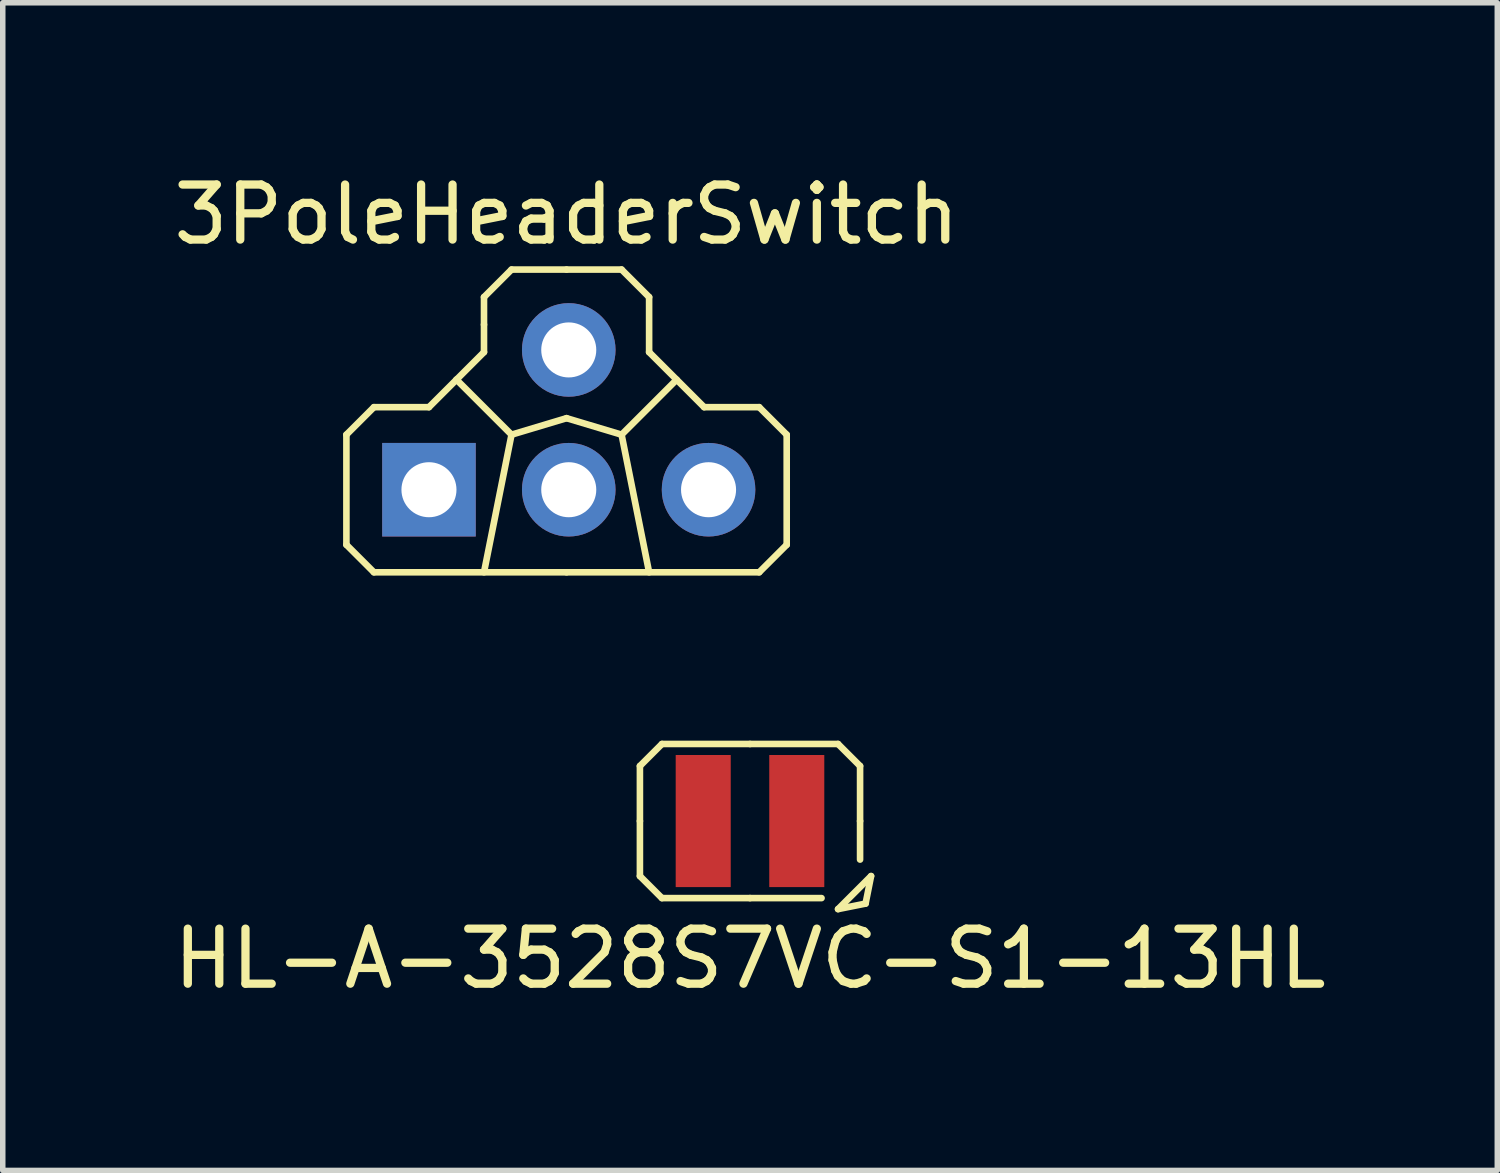
<source format=kicad_pcb>
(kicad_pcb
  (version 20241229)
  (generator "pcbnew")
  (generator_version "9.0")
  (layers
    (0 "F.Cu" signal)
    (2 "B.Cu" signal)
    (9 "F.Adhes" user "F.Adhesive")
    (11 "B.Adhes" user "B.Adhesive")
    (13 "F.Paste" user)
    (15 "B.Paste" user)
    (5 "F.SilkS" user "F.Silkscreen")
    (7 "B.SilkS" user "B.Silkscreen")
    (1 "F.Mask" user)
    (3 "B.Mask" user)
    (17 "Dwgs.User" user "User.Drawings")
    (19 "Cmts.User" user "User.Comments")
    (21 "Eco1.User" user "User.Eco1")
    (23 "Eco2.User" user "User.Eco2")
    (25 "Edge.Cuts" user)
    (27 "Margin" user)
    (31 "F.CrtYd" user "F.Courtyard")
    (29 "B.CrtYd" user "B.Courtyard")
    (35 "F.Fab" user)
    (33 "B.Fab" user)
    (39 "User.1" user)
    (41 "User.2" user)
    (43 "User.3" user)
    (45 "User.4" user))
  (footprint "HL-A-3528S7VC-S1-13HL"
    (layer "F.Cu")
    (at 10.577 11.868)
    (property "Reference" "HL-A-3528S7VC-S1-13HL" (at 0 2.5 0) (layer "F.SilkS") (effects (font (size 1 1) (thickness 0.15))))
    (attr through_hole)
    (fp_line (start -2 -1) (end -2 0) (stroke (width 0.12) (type solid)) (layer "F.SilkS"))
    (fp_line (start -2 1) (end -2 0) (stroke (width 0.12) (type solid)) (layer "F.SilkS"))
    (fp_line (start -1.6 -1.4) (end -2 -1) (stroke (width 0.12) (type solid)) (layer "F.SilkS"))
    (fp_line (start -1.6 1.4) (end -2 1) (stroke (width 0.12) (type solid)) (layer "F.SilkS"))
    (fp_line (start 0 -1.4) (end -1.6 -1.4) (stroke (width 0.12) (type solid)) (layer "F.SilkS"))
    (fp_line (start 0 -1.4) (end 1.6 -1.4) (stroke (width 0.12) (type solid)) (layer "F.SilkS"))
    (fp_line (start 0 1.4) (end -1.6 1.4) (stroke (width 0.12) (type solid)) (layer "F.SilkS"))
    (fp_line (start 0 1.4) (end 1.3 1.4) (stroke (width 0.12) (type solid)) (layer "F.SilkS"))
    (fp_line (start 1.6 -1.4) (end 2 -1) (stroke (width 0.12) (type solid)) (layer "F.SilkS"))
    (fp_line (start 1.6 1.6) (end 2.1 1.5) (stroke (width 0.12) (type solid)) (layer "F.SilkS"))
    (fp_line (start 1.6 1.6) (end 2.2 1) (stroke (width 0.12) (type solid)) (layer "F.SilkS"))
    (fp_line (start 2 -1) (end 2 0) (stroke (width 0.12) (type solid)) (layer "F.SilkS"))
    (fp_line (start 2 0.7) (end 2 0) (stroke (width 0.12) (type solid)) (layer "F.SilkS"))
    (fp_line (start 2.1 1.5) (end 2.2 1) (stroke (width 0.12) (type solid)) (layer "F.SilkS"))
    (pad "1" smd rect (at 0.85 0 180) (size 1 2.4) (layers "F.Cu" "F.Mask" "F.Paste"))
    (pad "2" smd rect (at -0.85 0) (size 1 2.4) (layers "F.Cu" "F.Mask" "F.Paste")))
  (footprint "3PoleHeaderSwitch"
    (layer "F.Cu")
    (at 7.244 5.848)
    (property "Reference" "3PoleHeaderSwitch" (at 0 -5 0) (layer "F.SilkS") (effects (font (size 1 1) (thickness 0.15))))
    (attr through_hole)
    (fp_line (start -4 -1) (end -4 1) (stroke (width 0.12) (type solid)) (layer "F.SilkS"))
    (fp_line (start -4 1) (end -3.5 1.5) (stroke (width 0.12) (type solid)) (layer "F.SilkS"))
    (fp_line (start -3.5 -1.5) (end -4 -1) (stroke (width 0.12) (type solid)) (layer "F.SilkS"))
    (fp_line (start -3.5 1.5) (end 0 1.5) (stroke (width 0.12) (type solid)) (layer "F.SilkS"))
    (fp_line (start -2.5 -1.5) (end -3.5 -1.5) (stroke (width 0.12) (type solid)) (layer "F.SilkS"))
    (fp_line (start -2 -2) (end -2.5 -1.5) (stroke (width 0.12) (type solid)) (layer "F.SilkS"))
    (fp_line (start -2 -2) (end -1 -1) (stroke (width 0.12) (type solid)) (layer "F.SilkS"))
    (fp_line (start -1.5 -3.5) (end -1 -4) (stroke (width 0.12) (type solid)) (layer "F.SilkS"))
    (fp_line (start -1.5 -3) (end -1.5 -3.5) (stroke (width 0.12) (type solid)) (layer "F.SilkS"))
    (fp_line (start -1.5 -3) (end -1.5 -2.5) (stroke (width 0.12) (type solid)) (layer "F.SilkS"))
    (fp_line (start -1.5 -2.5) (end -2 -2) (stroke (width 0.12) (type solid)) (layer "F.SilkS"))
    (fp_line (start -1 -4) (end 0 -4) (stroke (width 0.12) (type solid)) (layer "F.SilkS"))
    (fp_line (start -1 -1) (end -1.5 1.5) (stroke (width 0.12) (type solid)) (layer "F.SilkS"))
    (fp_line (start -1 -1) (end 0 -1.3) (stroke (width 0.12) (type solid)) (layer "F.SilkS"))
    (fp_line (start 0 -4) (end 1 -4) (stroke (width 0.12) (type solid)) (layer "F.SilkS"))
    (fp_line (start 0 -1.3) (end 1 -1) (stroke (width 0.12) (type solid)) (layer "F.SilkS"))
    (fp_line (start 1 -4) (end 1.5 -3.5) (stroke (width 0.12) (type solid)) (layer "F.SilkS"))
    (fp_line (start 1 -1) (end 1.5 1.5) (stroke (width 0.12) (type solid)) (layer "F.SilkS"))
    (fp_line (start 1.5 -3.5) (end 1.5 -2.5) (stroke (width 0.12) (type solid)) (layer "F.SilkS"))
    (fp_line (start 1.5 -2.5) (end 2.5 -1.5) (stroke (width 0.12) (type solid)) (layer "F.SilkS"))
    (fp_line (start 2 -2) (end 1 -1) (stroke (width 0.12) (type solid)) (layer "F.SilkS"))
    (fp_line (start 2.5 -1.5) (end 3.5 -1.5) (stroke (width 0.12) (type solid)) (layer "F.SilkS"))
    (fp_line (start 3.5 -1.5) (end 4 -1) (stroke (width 0.12) (type solid)) (layer "F.SilkS"))
    (fp_line (start 3.5 1.5) (end 0 1.5) (stroke (width 0.12) (type solid)) (layer "F.SilkS"))
    (fp_line (start 4 -1) (end 4 1) (stroke (width 0.12) (type solid)) (layer "F.SilkS"))
    (fp_line (start 4 1) (end 3.5 1.5) (stroke (width 0.12) (type solid)) (layer "F.SilkS"))
    (pad "1" thru_hole rect (at -2.5 0 90) (size 1.7 1.7) (drill 1) (layers "*.Cu" "*.Mask"))
    (pad "2" thru_hole oval (at 0.04 0 90) (size 1.7 1.7) (drill 1) (layers "*.Cu" "*.Mask"))
    (pad "3" thru_hole oval (at 2.58 0 90) (size 1.7 1.7) (drill 1) (layers "*.Cu" "*.Mask"))
    (pad "4" thru_hole oval (at 0.04 -2.54 90) (size 1.7 1.7) (drill 1) (layers "*.Cu" "*.Mask")))
  (gr_rect
    (start -3 -3)
    (end 24.155 18.216)
    (stroke (width 0.1) (type default))
    (fill no)
    (layer "Edge.Cuts")))
</source>
